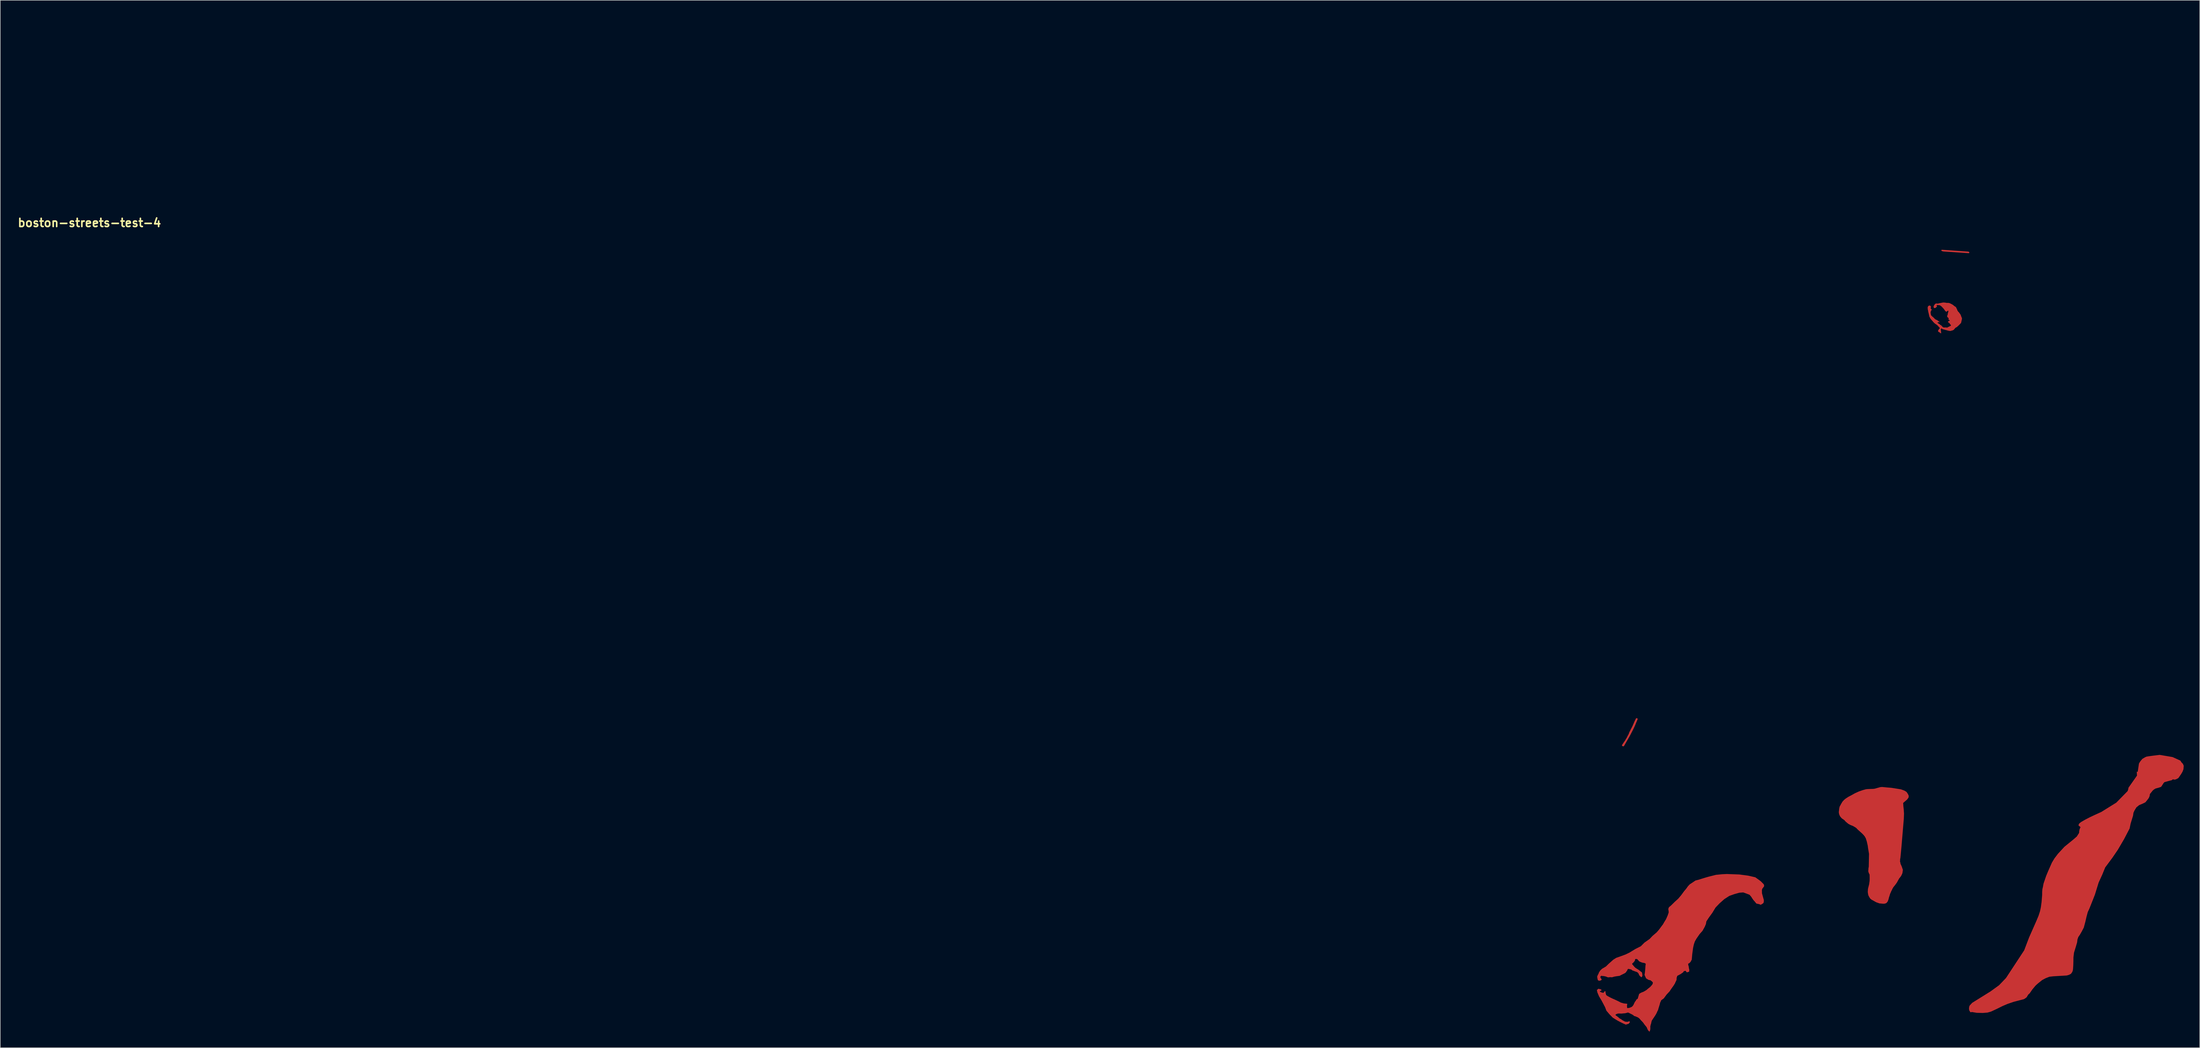
<source format=kicad_pcb>
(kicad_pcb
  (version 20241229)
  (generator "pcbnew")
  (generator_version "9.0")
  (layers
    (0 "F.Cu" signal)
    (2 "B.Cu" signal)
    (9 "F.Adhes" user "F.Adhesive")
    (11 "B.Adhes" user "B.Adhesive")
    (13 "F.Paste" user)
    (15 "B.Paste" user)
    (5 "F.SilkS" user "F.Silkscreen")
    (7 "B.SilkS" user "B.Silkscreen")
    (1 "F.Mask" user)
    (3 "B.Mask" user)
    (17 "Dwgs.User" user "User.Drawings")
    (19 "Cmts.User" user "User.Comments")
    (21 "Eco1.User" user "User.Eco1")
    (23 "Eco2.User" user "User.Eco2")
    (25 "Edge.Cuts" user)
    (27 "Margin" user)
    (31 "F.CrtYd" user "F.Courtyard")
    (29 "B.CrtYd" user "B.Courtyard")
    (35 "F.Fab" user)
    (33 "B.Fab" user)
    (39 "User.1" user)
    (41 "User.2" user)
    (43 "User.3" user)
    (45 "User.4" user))
  (footprint "boston-streets-test-4"
    (layer "F.Cu")
    (at 13.694 0.25)
    (property "Reference" "boston-streets-test-4" (at 0 38.443 0) (layer "F.SilkS") (effects (font (size 1.524 1.524) (thickness 0.305))))
    (attr exclude_from_pos_files exclude_from_bom)
    (fp_poly (pts (xy 346.753 43.558) (xy 346.77 43.649) (xy 346.87 43.748) (xy 347.185 43.816) (xy 351.605 44.118) (xy 351.882 44.141) (xy 351.987 44.087) (xy 352.009 44.028) (xy 351.99 43.962) (xy 351.952 43.908) (xy 351.832 43.838) (xy 346.933 43.495) (xy 346.821 43.508) (xy 346.753 43.557) (xy 346.753 43.558)) (stroke (width 0) (type solid)) (fill yes) (layer "F.Cu"))
    (fp_poly (pts (xy 287.072 136.494) (xy 287.174 136.524) (xy 287.229 136.524) (xy 287.268 136.514) (xy 287.298 136.499) (xy 287.333 136.454) (xy 287.421 136.332) (xy 287.562 136.08) (xy 287.669 135.895) (xy 287.776 135.712) (xy 287.896 135.492) (xy 288.052 135.236) (xy 288.209 134.959) (xy 288.413 134.604) (xy 288.592 134.271) (xy 288.771 133.918) (xy 288.968 133.542) (xy 289.155 133.162) (xy 289.308 132.837) (xy 289.44 132.543) (xy 289.57 132.207) (xy 289.724 131.857) (xy 289.846 131.553) (xy 289.89 131.442) (xy 289.915 131.382) (xy 289.915 131.357) (xy 289.9 131.333) (xy 289.814 131.299) (xy 289.742 131.274) (xy 289.669 131.244) (xy 289.646 131.244) (xy 289.623 131.252) (xy 289.584 131.302) (xy 289.49 131.492) (xy 289.432 131.604) (xy 289.378 131.71) (xy 289.32 131.841) (xy 289.218 132.057) (xy 289.172 132.178) (xy 289.085 132.371) (xy 288.956 132.668) (xy 288.885 132.815) (xy 288.809 132.964) (xy 288.722 133.133) (xy 288.626 133.309) (xy 288.484 133.606) (xy 288.357 133.836) (xy 288.286 134.006) (xy 288.266 134.101) (xy 288.164 134.319) (xy 288.029 134.557) (xy 287.921 134.785) (xy 287.805 134.993) (xy 287.636 135.268) (xy 287.515 135.473) (xy 287.354 135.696) (xy 287.177 135.961) (xy 287.077 136.113) (xy 286.984 136.26) (xy 286.954 136.346) (xy 286.967 136.385) (xy 287.002 136.441) (xy 287.066 136.49) (xy 287.072 136.494)) (stroke (width 0) (type solid)) (fill yes) (layer "F.Cu"))
    (fp_poly (pts (xy 334.771 144.321) (xy 334.305 144.458) (xy 333.993 144.495) (xy 333.552 144.508) (xy 332.913 144.535) (xy 332.622 144.57) (xy 332.064 144.725) (xy 331.31 144.987) (xy 330.556 145.33) (xy 329.914 145.693) (xy 329.386 145.968) (xy 328.87 146.298) (xy 328.564 146.547) (xy 328.252 146.881) (xy 327.983 147.328) (xy 327.827 147.626) (xy 327.7 147.854) (xy 327.677 148.011) (xy 327.627 148.224) (xy 327.609 148.453) (xy 327.58 148.68) (xy 327.559 148.852) (xy 327.593 149.089) (xy 327.619 149.218) (xy 327.661 149.328) (xy 327.689 149.423) (xy 327.828 149.685) (xy 328.121 150.021) (xy 328.596 150.343) (xy 328.823 150.611) (xy 329.325 151.033) (xy 329.748 151.264) (xy 330.215 151.444) (xy 330.795 151.792) (xy 331.127 152.14) (xy 331.482 152.453) (xy 331.937 152.864) (xy 332.215 153.154) (xy 332.414 153.405) (xy 332.614 153.758) (xy 332.803 154.358) (xy 332.981 155.145) (xy 333.029 155.541) (xy 333.102 155.974) (xy 333.217 156.673) (xy 333.171 159.08) (xy 333.112 159.387) (xy 333.102 159.662) (xy 333.075 159.921) (xy 333.17 160.249) (xy 333.324 160.559) (xy 333.34 161.254) (xy 333.327 161.736) (xy 333.239 162.366) (xy 333.024 163.213) (xy 332.988 163.747) (xy 332.984 163.79) (xy 333.025 164.108) (xy 333.095 164.44) (xy 333.28 164.8) (xy 333.45 165.053) (xy 333.684 165.246) (xy 334.128 165.49) (xy 334.545 165.729) (xy 335.17 165.953) (xy 335.858 166.013) (xy 336.124 166.007) (xy 336.458 165.902) (xy 336.72 165.589) (xy 336.871 165.186) (xy 336.911 165.01) (xy 336.968 164.787) (xy 337.049 164.568) (xy 337.154 164.198) (xy 337.277 163.921) (xy 337.38 163.676) (xy 337.513 163.418) (xy 337.621 163.182) (xy 337.787 162.904) (xy 338.005 162.636) (xy 338.29 162.266) (xy 338.471 161.996) (xy 338.647 161.67) (xy 338.863 161.286) (xy 339.124 160.96) (xy 339.281 160.718) (xy 339.472 160.29) (xy 339.56 159.676) (xy 339.371 159.105) (xy 339.245 158.805) (xy 339.15 158.621) (xy 339.102 158.434) (xy 339.062 158.181) (xy 339.008 158.087) (xy 339.048 157.891) (xy 339.037 157.695) (xy 339.093 157.442) (xy 339.14 156.987) (xy 339.293 155.361) (xy 339.735 150.092) (xy 339.772 149.139) (xy 339.719 148.332) (xy 339.652 147.749) (xy 339.614 147.132) (xy 340.356 146.488) (xy 340.616 146.126) (xy 340.651 145.921) (xy 340.632 145.728) (xy 340.524 145.498) (xy 340.367 145.239) (xy 340.213 145.044) (xy 339.841 144.821) (xy 339.193 144.582) (xy 338.307 144.439) (xy 337.408 144.297) (xy 336.521 144.224) (xy 335.673 144.14) (xy 335.328 144.167) (xy 334.771 144.325) (xy 334.771 144.321)) (stroke (width 0) (type solid)) (fill yes) (layer "F.Cu"))
    (fp_poly (pts (xy 383.875 139.564) (xy 383.763 139.745) (xy 383.595 140.89) (xy 383.526 141.309) (xy 383.351 141.28) (xy 383.393 141.999) (xy 383.194 142.294) (xy 381.798 144.281) (xy 381.761 144.547) (xy 381.639 144.91) (xy 379.521 147.074) (xy 376.706 148.826) (xy 375.462 149.39) (xy 374.55 149.821) (xy 373.697 150.264) (xy 372.949 150.696) (xy 372.633 150.936) (xy 372.519 151.076) (xy 372.438 151.338) (xy 372.821 151.66) (xy 372.643 152.065) (xy 372.571 152.451) (xy 372.552 152.749) (xy 372.122 153.423) (xy 371.514 153.953) (xy 369.808 155.344) (xy 368.583 156.671) (xy 367.935 157.524) (xy 367.458 158.32) (xy 366.711 160.017) (xy 366.39 160.792) (xy 365.897 162.235) (xy 365.773 162.902) (xy 365.678 163.296) (xy 365.64 163.827) (xy 365.637 164.367) (xy 365.531 165.682) (xy 365.395 166.679) (xy 365.237 167.419) (xy 364.952 168.291) (xy 364.528 169.298) (xy 363.19 172.328) (xy 362.272 174.741) (xy 358.865 179.931) (xy 357.57 181.283) (xy 355.963 182.447) (xy 352.535 184.581) (xy 352.052 185.102) (xy 351.968 185.367) (xy 351.936 185.711) (xy 351.991 186.004) (xy 352.21 186.352) (xy 352.516 186.305) (xy 353.385 186.451) (xy 354.522 186.478) (xy 355.406 186.408) (xy 356.072 186.217) (xy 357.146 185.715) (xy 358.207 185.189) (xy 359.152 184.784) (xy 360.316 184.388) (xy 361.859 183.986) (xy 362.225 183.89) (xy 362.41 183.782) (xy 362.745 183.526) (xy 363.026 183.046) (xy 363.309 182.79) (xy 363.798 182.078) (xy 364.366 181.394) (xy 364.571 181.198) (xy 364.851 180.947) (xy 365.632 180.318) (xy 366.302 179.96) (xy 366.99 179.694) (xy 367.703 179.611) (xy 370.251 179.458) (xy 370.668 179.335) (xy 371.035 179.139) (xy 371.208 178.902) (xy 371.347 178.641) (xy 371.417 178.29) (xy 371.468 177.497) (xy 371.487 176.85) (xy 371.497 176.045) (xy 371.603 175.184) (xy 371.98 173.956) (xy 372.185 173.248) (xy 372.25 172.704) (xy 372.417 172.234) (xy 372.678 171.867) (xy 373.06 171.202) (xy 373.436 170.481) (xy 373.725 169.401) (xy 373.944 168.452) (xy 374.182 167.568) (xy 374.475 166.944) (xy 374.973 165.697) (xy 375.517 164.314) (xy 376.217 162.042) (xy 376.891 160.573) (xy 377.444 159.213) (xy 378.788 157.406) (xy 379.806 155.913) (xy 380.98 153.907) (xy 382.015 151.92) (xy 382.204 151.002) (xy 382.659 149.512) (xy 382.734 148.977) (xy 382.929 148.549) (xy 383.283 147.963) (xy 383.8 147.539) (xy 384.452 147.265) (xy 384.964 147.014) (xy 385.272 146.646) (xy 385.588 146.231) (xy 385.755 145.859) (xy 385.816 145.462) (xy 386.36 144.788) (xy 386.62 144.579) (xy 386.886 144.425) (xy 387.477 144.267) (xy 387.892 144.123) (xy 387.999 143.997) (xy 388.386 143.391) (xy 388.53 143.242) (xy 388.638 143.206) (xy 389.621 142.936) (xy 389.889 142.879) (xy 390.019 142.754) (xy 390.168 142.708) (xy 390.411 142.769) (xy 390.694 142.708) (xy 391.126 142.484) (xy 391.314 142.231) (xy 391.699 141.66) (xy 391.923 141.274) (xy 392.096 140.822) (xy 392.147 140.166) (xy 391.993 139.803) (xy 391.739 139.544) (xy 391.518 139.202) (xy 390.908 138.923) (xy 390.052 138.536) (xy 387.65 138.127) (xy 386.357 138.281) (xy 385.389 138.416) (xy 385.133 138.468) (xy 384.91 138.576) (xy 384.397 138.877) (xy 384.057 139.286) (xy 383.866 139.561) (xy 383.875 139.564)) (stroke (width 0) (type solid)) (fill yes) (layer "F.Cu"))
    (fp_poly (pts (xy 282.26 182.189) (xy 282.356 182.632) (xy 282.666 183.369) (xy 283.097 184.078) (xy 283.475 184.788) (xy 283.799 185.405) (xy 284.042 186.047) (xy 284.607 186.716) (xy 285.239 187.358) (xy 286.057 187.864) (xy 286.554 188.132) (xy 286.902 188.306) (xy 287.318 188.506) (xy 287.734 188.678) (xy 287.867 188.584) (xy 288.175 188.53) (xy 288.336 188.354) (xy 288.443 188.221) (xy 288.389 188.099) (xy 288.348 188.008) (xy 288.201 188.075) (xy 288.027 188.129) (xy 287.812 188.129) (xy 287.545 188.102) (xy 287.344 187.997) (xy 287.022 187.823) (xy 286.794 187.649) (xy 286.539 187.515) (xy 286.405 187.408) (xy 286.27 187.275) (xy 285.747 186.887) (xy 285.799 186.74) (xy 285.803 186.74) (xy 286.027 186.647) (xy 286.188 186.593) (xy 286.43 186.578) (xy 286.658 186.592) (xy 286.966 186.592) (xy 287.153 186.563) (xy 287.394 186.55) (xy 287.622 186.521) (xy 288.063 186.399) (xy 288.264 186.453) (xy 288.438 186.559) (xy 288.599 186.625) (xy 289.069 186.879) (xy 289.217 187.04) (xy 289.432 187.093) (xy 289.753 187.225) (xy 289.941 187.304) (xy 290.21 187.506) (xy 290.357 187.666) (xy 290.544 187.893) (xy 290.679 188.015) (xy 290.962 188.336) (xy 291.083 188.522) (xy 291.244 188.737) (xy 291.392 188.911) (xy 291.526 189.072) (xy 291.661 189.313) (xy 291.715 189.472) (xy 291.809 189.66) (xy 291.944 189.834) (xy 292.118 189.995) (xy 292.237 189.699) (xy 292.264 189.539) (xy 292.277 189.257) (xy 292.273 189.19) (xy 292.263 189.042) (xy 292.275 188.992) (xy 292.343 188.665) (xy 292.423 188.451) (xy 292.462 188.222) (xy 292.542 187.927) (xy 292.742 187.618) (xy 293.195 186.945) (xy 293.434 186.528) (xy 293.593 186.166) (xy 293.714 185.937) (xy 293.805 185.602) (xy 293.951 185.144) (xy 294.031 184.876) (xy 294.11 184.555) (xy 294.324 184.085) (xy 294.791 183.749) (xy 295.338 183.009) (xy 295.871 182.445) (xy 296.137 182.041) (xy 296.616 181.369) (xy 296.87 180.965) (xy 296.99 180.683) (xy 297.176 180.306) (xy 297.202 179.863) (xy 297.334 179.514) (xy 297.695 179.325) (xy 297.948 179.19) (xy 298.429 178.852) (xy 298.549 178.638) (xy 298.897 178.582) (xy 299.005 178.756) (xy 299.1 178.877) (xy 299.541 178.742) (xy 299.567 178.378) (xy 299.558 178.339) (xy 299.5 178.11) (xy 299.471 177.895) (xy 299.445 177.721) (xy 299.377 177.52) (xy 299.362 177.239) (xy 299.373 177.235) (xy 299.563 177.157) (xy 299.817 176.889) (xy 300.029 176.484) (xy 300.12 175.45) (xy 300.276 174.296) (xy 300.421 173.639) (xy 300.606 173.088) (xy 300.912 172.551) (xy 301.498 171.704) (xy 302.045 171.086) (xy 302.47 170.319) (xy 302.683 169.809) (xy 302.763 169.324) (xy 303.215 168.638) (xy 303.896 167.696) (xy 304.481 166.73) (xy 305.241 165.934) (xy 306.123 165.154) (xy 307.059 164.547) (xy 308.009 164.209) (xy 308.932 163.951) (xy 309.668 163.895) (xy 310.15 164.067) (xy 310.848 164.335) (xy 311.171 164.722) (xy 311.345 165.003) (xy 311.573 165.326) (xy 311.801 165.579) (xy 312.124 165.982) (xy 312.633 166.088) (xy 312.955 166.213) (xy 313.405 165.926) (xy 313.511 165.724) (xy 313.525 165.323) (xy 313.521 165.307) (xy 313.365 164.745) (xy 313.244 164.305) (xy 313.178 164.063) (xy 313.163 163.44) (xy 313.169 163.423) (xy 313.244 163.186) (xy 313.512 162.842) (xy 313.579 162.703) (xy 313.567 162.539) (xy 313.567 162.523) (xy 313.486 162.346) (xy 312.955 161.809) (xy 312.34 161.355) (xy 311.924 161.061) (xy 310.597 160.756) (xy 308.91 160.532) (xy 307.892 160.495) (xy 306.606 160.445) (xy 305.737 160.487) (xy 304.572 160.598) (xy 303.221 160.937) (xy 302.7 161.085) (xy 301.91 161.328) (xy 301.308 161.519) (xy 300.719 161.667) (xy 300.305 161.952) (xy 299.65 162.383) (xy 299.317 162.734) (xy 298.983 163.205) (xy 298.609 163.647) (xy 298.023 164.443) (xy 297.477 165.088) (xy 296.862 165.64) (xy 296.316 166.179) (xy 296.036 166.447) (xy 295.849 166.582) (xy 295.701 166.77) (xy 295.656 166.956) (xy 295.635 167.039) (xy 295.658 167.171) (xy 295.669 167.241) (xy 295.691 167.348) (xy 295.698 167.491) (xy 295.706 167.656) (xy 295.519 168.206) (xy 295.214 168.904) (xy 294.881 169.443) (xy 294.628 169.887) (xy 294.361 170.237) (xy 293.894 170.87) (xy 293.454 171.381) (xy 292.679 172.042) (xy 292.132 172.621) (xy 291.157 173.308) (xy 290.491 173.98) (xy 289.475 174.493) (xy 288.366 175.168) (xy 287.644 175.519) (xy 286.801 175.831) (xy 285.879 176.156) (xy 285.345 176.494) (xy 284.463 177.274) (xy 283.957 177.772) (xy 283.208 178.218) (xy 282.874 178.54) (xy 282.635 178.917) (xy 282.582 179.091) (xy 282.41 179.414) (xy 282.338 179.618) (xy 282.316 179.677) (xy 282.358 179.951) (xy 282.385 180.125) (xy 282.453 180.34) (xy 282.627 180.433) (xy 282.814 180.433) (xy 283.043 180.365) (xy 283.175 180.19) (xy 283.102 180.097) (xy 283.028 180.002) (xy 282.933 179.854) (xy 282.933 179.627) (xy 283.132 179.507) (xy 283.319 179.56) (xy 283.519 179.56) (xy 283.948 179.651) (xy 284.258 179.785) (xy 284.507 179.811) (xy 284.699 179.77) (xy 285.101 179.794) (xy 285.516 179.673) (xy 285.903 179.605) (xy 286.519 179.522) (xy 286.747 179.4) (xy 287.067 179.238) (xy 287.429 179.063) (xy 287.669 178.901) (xy 287.815 178.686) (xy 287.961 178.483) (xy 288.027 178.284) (xy 288.174 178.216) (xy 288.71 178.335) (xy 288.858 178.481) (xy 289.421 178.694) (xy 289.783 178.814) (xy 289.917 178.922) (xy 290.05 179.054) (xy 290.104 179.215) (xy 290.239 179.469) (xy 290.413 179.643) (xy 290.615 179.804) (xy 290.787 179.549) (xy 290.779 179.372) (xy 290.774 179.253) (xy 290.734 179.011) (xy 290.68 178.851) (xy 290.506 178.744) (xy 290.25 178.529) (xy 290.036 178.369) (xy 289.552 178.076) (xy 289.365 177.915) (xy 289.218 177.754) (xy 289.11 177.621) (xy 289.002 177.502) (xy 288.853 177.301) (xy 288.917 177.194) (xy 288.933 177.166) (xy 289.08 177.058) (xy 289.334 176.748) (xy 289.413 176.573) (xy 289.413 176.413) (xy 289.56 176.357) (xy 289.801 176.384) (xy 290.029 176.625) (xy 290.149 176.785) (xy 290.323 176.878) (xy 290.618 176.998) (xy 290.832 177.065) (xy 291.18 177.117) (xy 291.388 177.24) (xy 291.408 177.252) (xy 291.356 177.695) (xy 291.318 178.286) (xy 291.253 178.903) (xy 291.209 179.202) (xy 291.187 179.346) (xy 291.47 179.989) (xy 291.94 180.283) (xy 292.289 180.348) (xy 292.544 180.549) (xy 292.729 180.734) (xy 292.732 180.737) (xy 292.732 180.911) (xy 292.666 181.113) (xy 292.48 181.341) (xy 292.239 181.611) (xy 291.813 181.947) (xy 291.518 182.202) (xy 291.011 182.499) (xy 290.73 182.607) (xy 290.502 182.702) (xy 290.168 182.918) (xy 289.904 183.818) (xy 289.677 183.953) (xy 289.557 184.169) (xy 289.357 184.438) (xy 289.078 185.029) (xy 288.837 185.311) (xy 288.677 185.392) (xy 288.33 185.527) (xy 287.955 185.569) (xy 287.914 185.407) (xy 287.901 185.138) (xy 287.908 185.08) (xy 287.953 184.762) (xy 287.927 184.758) (xy 287.323 184.696) (xy 286.76 184.537) (xy 286.33 184.31) (xy 285.539 183.936) (xy 285.257 183.817) (xy 284.787 183.591) (xy 284.238 183.296) (xy 283.996 183.11) (xy 283.942 182.868) (xy 283.875 182.681) (xy 283.896 182.548) (xy 283.902 182.52) (xy 283.876 182.491) (xy 283.767 182.36) (xy 283.513 182.696) (xy 283.286 182.682) (xy 283.019 182.589) (xy 282.791 182.455) (xy 282.933 182.347) (xy 282.95 182.334) (xy 283.151 182.239) (xy 283.061 182.092) (xy 283.043 182.065) (xy 282.869 182.026) (xy 282.695 181.972) (xy 282.533 181.946) (xy 282.399 182.068) (xy 282.301 182.157) (xy 282.266 182.19) (xy 282.26 182.189)) (stroke (width 0) (type solid)) (fill yes) (layer "F.Cu"))
    (fp_poly (pts (xy 350.084 55.245) (xy 350.03 55.2) (xy 349.958 55.126) (xy 349.922 55.084) (xy 349.877 55.025) (xy 349.838 54.971) (xy 349.803 54.911) (xy 349.772 54.861) (xy 349.755 54.81) (xy 349.739 54.745) (xy 349.713 54.685) (xy 349.672 54.606) (xy 349.646 54.547) (xy 349.624 54.508) (xy 349.59 54.435) (xy 349.573 54.379) (xy 349.523 54.298) (xy 349.482 54.244) (xy 349.43 54.193) (xy 349.369 54.138) (xy 349.284 54.107) (xy 349.212 54.053) (xy 349.173 54.018) (xy 349.134 53.984) (xy 349.062 53.931) (xy 349.002 53.872) (xy 348.964 53.845) (xy 348.909 53.808) (xy 348.85 53.771) (xy 348.787 53.731) (xy 348.725 53.699) (xy 348.635 53.652) (xy 348.501 53.586) (xy 348.452 53.561) (xy 348.413 53.538) (xy 348.362 53.52) (xy 348.289 53.493) (xy 348.196 53.461) (xy 348.111 53.453) (xy 348.035 53.451) (xy 347.973 53.437) (xy 347.901 53.443) (xy 347.831 53.452) (xy 347.779 53.452) (xy 347.669 53.424) (xy 347.603 53.41) (xy 347.546 53.41) (xy 347.491 53.402) (xy 347.442 53.391) (xy 347.347 53.382) (xy 347.255 53.379) (xy 347.199 53.374) (xy 347.126 53.374) (xy 347.031 53.383) (xy 346.936 53.404) (xy 346.855 53.417) (xy 346.781 53.435) (xy 346.689 53.449) (xy 346.615 53.463) (xy 346.537 53.475) (xy 346.457 53.485) (xy 346.408 53.494) (xy 346.308 53.522) (xy 346.226 53.551) (xy 346.14 53.574) (xy 346.065 53.576) (xy 345.966 53.568) (xy 345.876 53.56) (xy 345.759 53.564) (xy 345.702 53.574) (xy 345.625 53.63) (xy 345.59 53.661) (xy 345.539 53.718) (xy 345.485 53.79) (xy 345.452 53.838) (xy 345.406 53.895) (xy 345.366 53.961) (xy 345.344 54.002) (xy 345.328 54.066) (xy 345.317 54.147) (xy 345.308 54.231) (xy 345.332 54.32) (xy 345.363 54.352) (xy 345.414 54.397) (xy 345.49 54.411) (xy 345.54 54.413) (xy 345.611 54.401) (xy 345.66 54.381) (xy 345.752 54.324) (xy 345.796 54.267) (xy 345.848 54.223) (xy 345.91 54.163) (xy 345.934 54.122) (xy 345.934 54.073) (xy 345.918 54.018) (xy 345.87 53.922) (xy 345.874 53.877) (xy 345.951 53.854) (xy 346.007 53.852) (xy 346.07 53.852) (xy 346.134 53.854) (xy 346.345 53.88) (xy 346.427 53.872) (xy 346.515 53.911) (xy 346.565 53.943) (xy 346.631 53.993) (xy 346.703 54.035) (xy 346.78 54.101) (xy 346.846 54.172) (xy 346.915 54.242) (xy 346.992 54.325) (xy 347.05 54.385) (xy 347.118 54.46) (xy 347.195 54.552) (xy 347.248 54.612) (xy 347.322 54.698) (xy 347.333 54.749) (xy 347.374 54.797) (xy 347.413 54.853) (xy 347.457 54.915) (xy 347.532 54.996) (xy 347.572 55.026) (xy 347.606 55.054) (xy 347.66 55.084) (xy 347.758 55.084) (xy 347.802 55.053) (xy 347.837 55.025) (xy 347.888 54.976) (xy 347.931 54.937) (xy 348.023 54.911) (xy 348.084 54.957) (xy 348.08 55.027) (xy 348.061 55.095) (xy 348.053 55.142) (xy 348.042 55.196) (xy 348.023 55.25) (xy 348.012 55.303) (xy 348.001 55.365) (xy 347.976 55.43) (xy 347.962 55.485) (xy 347.948 55.526) (xy 347.945 55.57) (xy 347.948 55.651) (xy 347.945 55.708) (xy 347.908 55.754) (xy 347.86 55.812) (xy 347.846 55.852) (xy 347.846 55.905) (xy 347.854 55.972) (xy 347.877 56.045) (xy 347.914 56.118) (xy 347.964 56.18) (xy 348.057 56.242) (xy 348.126 56.298) (xy 348.138 56.352) (xy 348.111 56.427) (xy 348.095 56.556) (xy 348.128 56.587) (xy 348.178 56.608) (xy 348.235 56.634) (xy 348.288 56.681) (xy 348.307 56.72) (xy 348.315 56.765) (xy 348.279 56.8) (xy 348.215 56.819) (xy 348.161 56.844) (xy 348.112 56.867) (xy 348.074 56.892) (xy 348.042 56.928) (xy 348.008 57.027) (xy 348.043 57.073) (xy 348.123 57.148) (xy 348.173 57.175) (xy 348.232 57.214) (xy 348.271 57.249) (xy 348.3 57.285) (xy 348.336 57.336) (xy 348.374 57.403) (xy 348.407 57.449) (xy 348.455 57.495) (xy 348.493 57.526) (xy 348.521 57.559) (xy 348.548 57.61) (xy 348.551 57.654) (xy 348.537 57.695) (xy 348.502 57.748) (xy 348.464 57.777) (xy 348.413 57.796) (xy 348.359 57.814) (xy 348.311 57.837) (xy 348.243 57.874) (xy 348.181 57.911) (xy 348.132 57.93) (xy 348.045 57.973) (xy 347.996 57.999) (xy 347.939 58.032) (xy 347.888 58.058) (xy 347.811 58.077) (xy 347.76 58.065) (xy 347.683 58.046) (xy 347.618 58.048) (xy 347.509 58.047) (xy 347.397 58.051) (xy 347.266 58.055) (xy 347.166 58.042) (xy 347.108 58.016) (xy 347.05 57.981) (xy 347.015 57.953) (xy 346.959 57.905) (xy 346.909 57.843) (xy 346.857 57.78) (xy 346.808 57.722) (xy 346.715 57.652) (xy 346.615 57.6) (xy 346.535 57.541) (xy 346.48 57.484) (xy 346.417 57.428) (xy 346.35 57.38) (xy 346.279 57.336) (xy 346.18 57.286) (xy 346.129 57.245) (xy 346.095 57.189) (xy 346.076 57.149) (xy 346.08 57.087) (xy 346.126 57.039) (xy 346.217 57.059) (xy 346.284 57.07) (xy 346.327 57.075) (xy 346.414 57.067) (xy 346.422 57.019) (xy 346.372 56.983) (xy 346.327 56.959) (xy 346.255 56.881) (xy 346.2 56.844) (xy 346.142 56.785) (xy 346.062 56.753) (xy 345.98 56.696) (xy 345.873 56.638) (xy 345.783 56.595) (xy 345.652 56.531) (xy 345.558 56.469) (xy 345.479 56.38) (xy 345.413 56.299) (xy 345.338 56.223) (xy 345.24 56.145) (xy 345.105 56.03) (xy 345.014 55.941) (xy 344.917 55.847) (xy 344.859 55.79) (xy 344.82 55.723) (xy 344.809 55.62) (xy 344.789 55.536) (xy 344.766 55.396) (xy 344.751 55.278) (xy 344.76 55.16) (xy 344.802 55.012) (xy 344.823 54.926) (xy 344.88 54.865) (xy 344.908 54.825) (xy 344.942 54.759) (xy 344.961 54.721) (xy 344.926 54.651) (xy 344.869 54.601) (xy 344.798 54.539) (xy 344.771 54.482) (xy 344.771 54.409) (xy 344.786 54.367) (xy 344.797 54.281) (xy 344.824 54.235) (xy 344.82 54.184) (xy 344.795 54.123) (xy 344.765 54.053) (xy 344.723 54.001) (xy 344.648 53.961) (xy 344.609 53.938) (xy 344.538 53.941) (xy 344.446 53.969) (xy 344.337 54.015) (xy 344.301 54.057) (xy 344.258 54.132) (xy 344.235 54.181) (xy 344.215 54.236) (xy 344.196 54.298) (xy 344.208 54.417) (xy 344.212 54.586) (xy 344.227 54.69) (xy 344.257 54.805) (xy 344.28 54.926) (xy 344.314 55.133) (xy 344.353 55.278) (xy 344.372 55.362) (xy 344.407 55.505) (xy 344.431 55.608) (xy 344.465 55.779) (xy 344.488 55.903) (xy 344.516 56.013) (xy 344.56 56.086) (xy 344.59 56.153) (xy 344.659 56.277) (xy 344.701 56.361) (xy 344.765 56.45) (xy 344.844 56.553) (xy 344.914 56.634) (xy 345.001 56.728) (xy 345.064 56.801) (xy 345.157 56.905) (xy 345.237 57) (xy 345.314 57.094) (xy 345.407 57.183) (xy 345.465 57.24) (xy 345.539 57.305) (xy 345.654 57.391) (xy 345.758 57.456) (xy 345.872 57.531) (xy 345.95 57.585) (xy 345.986 57.615) (xy 346.034 57.66) (xy 346.097 57.725) (xy 346.136 57.791) (xy 346.198 57.847) (xy 346.294 57.926) (xy 346.32 57.961) (xy 346.383 58.036) (xy 346.447 58.107) (xy 346.471 58.167) (xy 346.452 58.227) (xy 346.403 58.294) (xy 346.366 58.352) (xy 346.263 58.432) (xy 346.222 58.491) (xy 346.196 58.548) (xy 346.171 58.609) (xy 346.155 58.674) (xy 346.155 58.741) (xy 346.155 58.79) (xy 346.182 58.829) (xy 346.24 58.868) (xy 346.291 58.898) (xy 346.341 58.942) (xy 346.399 58.94) (xy 346.426 58.987) (xy 346.499 59.021) (xy 346.552 59.068) (xy 346.607 59.13) (xy 346.678 59.149) (xy 346.723 59.124) (xy 346.732 59.083) (xy 346.723 59.031) (xy 346.718 58.985) (xy 346.714 58.927) (xy 346.709 58.881) (xy 346.705 58.8) (xy 346.697 58.736) (xy 346.686 58.68) (xy 346.682 58.626) (xy 346.675 58.567) (xy 346.662 58.514) (xy 346.657 58.468) (xy 346.661 58.427) (xy 346.657 58.383) (xy 346.676 58.324) (xy 346.711 58.25) (xy 346.754 58.244) (xy 346.809 58.252) (xy 346.863 58.279) (xy 346.925 58.325) (xy 346.975 58.36) (xy 347.098 58.391) (xy 347.18 58.418) (xy 347.232 58.435) (xy 347.322 58.452) (xy 347.434 58.487) (xy 347.525 58.516) (xy 347.65 58.537) (xy 347.737 58.567) (xy 347.833 58.595) (xy 347.92 58.62) (xy 347.982 58.63) (xy 348.054 58.651) (xy 348.182 58.675) (xy 348.278 58.688) (xy 348.367 58.706) (xy 348.433 58.709) (xy 348.51 58.701) (xy 348.586 58.675) (xy 348.64 58.653) (xy 348.705 58.639) (xy 348.769 58.626) (xy 348.848 58.601) (xy 348.927 58.575) (xy 348.976 58.545) (xy 349.029 58.52) (xy 349.072 58.491) (xy 349.107 58.466) (xy 349.155 58.42) (xy 349.196 58.363) (xy 349.245 58.292) (xy 349.296 58.235) (xy 349.351 58.178) (xy 349.403 58.12) (xy 349.475 58.074) (xy 349.551 58.024) (xy 349.64 57.984) (xy 349.702 57.958) (xy 349.764 57.88) (xy 349.806 57.841) (xy 349.855 57.8) (xy 349.895 57.767) (xy 349.955 57.713) (xy 350.036 57.637) (xy 350.073 57.594) (xy 350.111 57.56) (xy 350.152 57.522) (xy 350.192 57.478) (xy 350.237 57.437) (xy 350.269 57.406) (xy 350.318 57.347) (xy 350.358 57.291) (xy 350.429 57.245) (xy 350.458 57.173) (xy 350.485 57.077) (xy 350.496 57.032) (xy 350.509 56.967) (xy 350.526 56.894) (xy 350.539 56.816) (xy 350.553 56.763) (xy 350.576 56.696) (xy 350.58 56.623) (xy 350.594 56.539) (xy 350.623 56.485) (xy 350.627 56.425) (xy 350.624 56.371) (xy 350.603 56.295) (xy 350.572 56.19) (xy 350.536 56.101) (xy 350.497 56.001) (xy 350.474 55.953) (xy 350.441 55.875) (xy 350.435 55.819) (xy 350.394 55.719) (xy 350.35 55.63) (xy 350.31 55.573) (xy 350.284 55.534) (xy 350.258 55.499) (xy 350.176 55.388) (xy 350.12 55.312) (xy 350.088 55.241) (xy 350.084 55.245)) (stroke (width 0) (type solid)) (fill yes) (layer "F.Cu")))
  (gr_rect
    (start -3 -3)
    (end 408.841 193.245)
    (stroke (width 0.1) (type default))
    (fill no)
    (layer "Edge.Cuts")))
</source>
